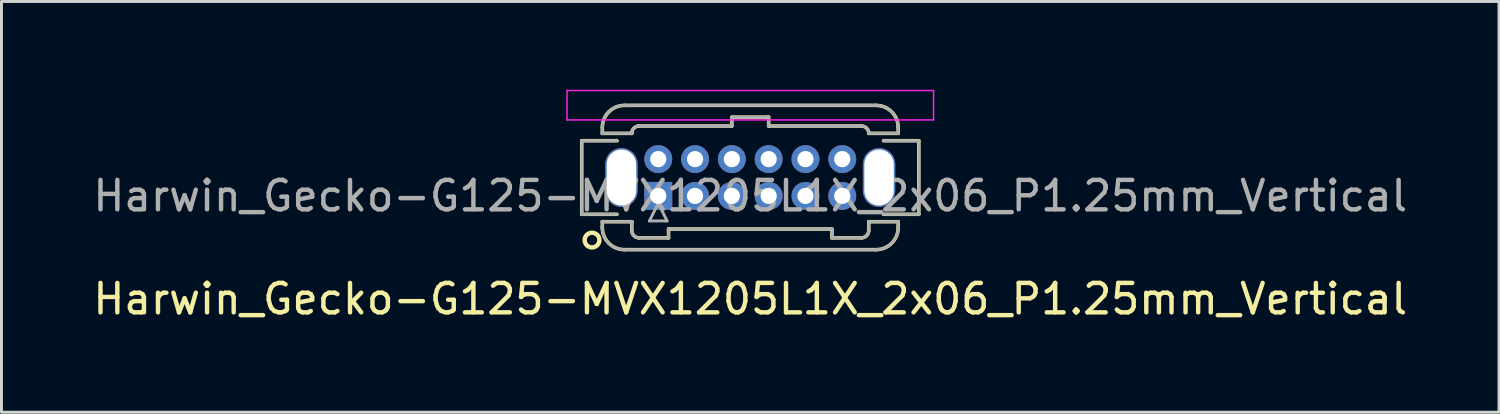
<source format=kicad_pcb>
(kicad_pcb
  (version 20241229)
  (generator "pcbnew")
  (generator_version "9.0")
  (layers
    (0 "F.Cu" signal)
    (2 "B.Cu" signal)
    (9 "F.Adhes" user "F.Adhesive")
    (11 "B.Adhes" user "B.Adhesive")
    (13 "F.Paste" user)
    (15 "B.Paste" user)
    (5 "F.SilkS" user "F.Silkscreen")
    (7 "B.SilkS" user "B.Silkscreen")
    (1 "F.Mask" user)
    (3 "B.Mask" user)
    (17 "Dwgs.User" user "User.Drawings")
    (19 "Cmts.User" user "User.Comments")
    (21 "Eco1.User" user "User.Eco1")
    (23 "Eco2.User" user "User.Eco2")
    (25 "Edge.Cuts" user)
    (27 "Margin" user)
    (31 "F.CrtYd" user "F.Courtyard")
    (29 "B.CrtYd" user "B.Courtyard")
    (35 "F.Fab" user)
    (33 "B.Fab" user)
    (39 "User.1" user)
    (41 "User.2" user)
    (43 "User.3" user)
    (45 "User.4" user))
  (footprint "Harwin_Gecko-G125-MVX1205L1X_2x06_P1.25mm_Vertical"
    (layer "F.Cu")
    (at 19.31 3.605)
    (property "Reference" "Harwin_Gecko-G125-MVX1205L1X_2x06_P1.25mm_Vertical" (at 3.125 3.5 0) (layer "F.SilkS") (effects (font (size 1 1) (thickness 0.15))))
    (attr through_hole)
    (fp_line (start -2.6 -1.875) (end -2.6 0.625) (stroke (width 0.12) (type solid)) (layer "F.SilkS"))
    (fp_line (start -2.6 0.625) (end -1.4 0.625) (stroke (width 0.12) (type solid)) (layer "F.SilkS"))
    (fp_line (start -1.9 -2.325) (end -1.9 -2.125) (stroke (width 0.12) (type solid)) (layer "F.SilkS"))
    (fp_line (start -1.9 -2.125) (end -0.9 -2.125) (stroke (width 0.12) (type solid)) (layer "F.SilkS"))
    (fp_line (start -1.9 0.875) (end -0.9 0.875) (stroke (width 0.12) (type solid)) (layer "F.SilkS"))
    (fp_line (start -1.9 1.075) (end -1.9 0.875) (stroke (width 0.12) (type solid)) (layer "F.SilkS"))
    (fp_line (start -1.4 -1.875) (end -2.6 -1.875) (stroke (width 0.12) (type solid)) (layer "F.SilkS"))
    (fp_line (start -1.15 -3.075) (end 7.4 -3.075) (stroke (width 0.12) (type solid)) (layer "F.SilkS"))
    (fp_line (start -1.15 1.825) (end 7.4 1.825) (stroke (width 0.12) (type solid)) (layer "F.SilkS"))
    (fp_line (start -0.9 -2.125) (end -0.9 -2.125) (stroke (width 0.12) (type solid)) (layer "F.SilkS"))
    (fp_line (start -0.9 0.875) (end -0.9 0.875) (stroke (width 0.12) (type solid)) (layer "F.SilkS"))
    (fp_line (start -0.9 1.175) (end -0.9 0.875) (stroke (width 0.12) (type solid)) (layer "F.SilkS"))
    (fp_line (start -0.65 -2.375) (end 2.5 -2.375) (stroke (width 0.12) (type solid)) (layer "F.SilkS"))
    (fp_line (start -0.65 1.425) (end 0.35 1.425) (stroke (width 0.12) (type solid)) (layer "F.SilkS"))
    (fp_line (start 0.35 1.125) (end 5.9 1.125) (stroke (width 0.12) (type solid)) (layer "F.SilkS"))
    (fp_line (start 0.35 1.425) (end 0.35 1.125) (stroke (width 0.12) (type solid)) (layer "F.SilkS"))
    (fp_line (start 2.5 -2.675) (end 3.75 -2.675) (stroke (width 0.12) (type solid)) (layer "F.SilkS"))
    (fp_line (start 2.5 -2.375) (end 2.5 -2.675) (stroke (width 0.12) (type solid)) (layer "F.SilkS"))
    (fp_line (start 3.75 -2.675) (end 3.75 -2.375) (stroke (width 0.12) (type solid)) (layer "F.SilkS"))
    (fp_line (start 3.75 -2.375) (end 6.9 -2.375) (stroke (width 0.12) (type solid)) (layer "F.SilkS"))
    (fp_line (start 5.9 1.125) (end 5.9 1.425) (stroke (width 0.12) (type solid)) (layer "F.SilkS"))
    (fp_line (start 5.9 1.425) (end 6.9 1.425) (stroke (width 0.12) (type solid)) (layer "F.SilkS"))
    (fp_line (start 7.15 -2.125) (end 7.15 -2.125) (stroke (width 0.12) (type solid)) (layer "F.SilkS"))
    (fp_line (start 7.15 0.875) (end 7.15 0.875) (stroke (width 0.12) (type solid)) (layer "F.SilkS"))
    (fp_line (start 7.15 1.175) (end 7.15 0.875) (stroke (width 0.12) (type solid)) (layer "F.SilkS"))
    (fp_line (start 7.65 -1.875) (end 8.85 -1.875) (stroke (width 0.12) (type solid)) (layer "F.SilkS"))
    (fp_line (start 8.15 -2.325) (end 8.15 -2.125) (stroke (width 0.12) (type solid)) (layer "F.SilkS"))
    (fp_line (start 8.15 -2.125) (end 7.15 -2.125) (stroke (width 0.12) (type solid)) (layer "F.SilkS"))
    (fp_line (start 8.15 0.875) (end 7.15 0.875) (stroke (width 0.12) (type solid)) (layer "F.SilkS"))
    (fp_line (start 8.15 1.075) (end 8.15 0.875) (stroke (width 0.12) (type solid)) (layer "F.SilkS"))
    (fp_line (start 8.85 -1.875) (end 8.85 0.625) (stroke (width 0.12) (type solid)) (layer "F.SilkS"))
    (fp_line (start 8.85 0.625) (end 7.65 0.625) (stroke (width 0.12) (type solid)) (layer "F.SilkS"))
    (fp_arc (start -1.9 -2.325) (mid -1.68033 -2.85533) (end -1.15 -3.075) (stroke (width 0.12) (type solid)) (layer "F.SilkS"))
    (fp_arc (start -1.15 1.825) (mid -1.68033 1.60533) (end -1.9 1.075) (stroke (width 0.12) (type solid)) (layer "F.SilkS"))
    (fp_arc (start -0.9 -2.125) (mid -0.826777 -2.301777) (end -0.65 -2.375) (stroke (width 0.12) (type solid)) (layer "F.SilkS"))
    (fp_arc (start -0.65 1.425) (mid -0.826777 1.351777) (end -0.9 1.175) (stroke (width 0.12) (type solid)) (layer "F.SilkS"))
    (fp_arc (start 6.9 -2.375) (mid 7.076777 -2.301777) (end 7.15 -2.125) (stroke (width 0.12) (type solid)) (layer "F.SilkS"))
    (fp_arc (start 7.15 1.175) (mid 7.076777 1.351777) (end 6.9 1.425) (stroke (width 0.12) (type solid)) (layer "F.SilkS"))
    (fp_arc (start 7.4 -3.075) (mid 7.93033 -2.85533) (end 8.15 -2.325) (stroke (width 0.12) (type solid)) (layer "F.SilkS"))
    (fp_arc (start 8.15 1.075) (mid 7.93033 1.60533) (end 7.4 1.825) (stroke (width 0.12) (type solid)) (layer "F.SilkS"))
    (fp_circle (center -2.25 1.5) (end -2 1.5) (stroke (width 0.15) (type solid)) (fill no) (layer "F.SilkS"))
    (fp_line (start -3.1 -3.58) (end -3.1 -2.58) (stroke (width 0.05) (type solid)) (layer "F.CrtYd"))
    (fp_line (start -3.1 -2.58) (end 9.35 -2.58) (stroke (width 0.05) (type solid)) (layer "F.CrtYd"))
    (fp_line (start 9.35 -3.58) (end -3.1 -3.58) (stroke (width 0.05) (type solid)) (layer "F.CrtYd"))
    (fp_line (start 9.35 -2.58) (end 9.35 -3.58) (stroke (width 0.05) (type solid)) (layer "F.CrtYd"))
    (fp_line (start -2.6 -1.875) (end -2.6 0.625) (stroke (width 0.1) (type solid)) (layer "F.Fab"))
    (fp_line (start -2.6 0.625) (end -1.4 0.625) (stroke (width 0.1) (type solid)) (layer "F.Fab"))
    (fp_line (start -1.9 -2.325) (end -1.9 -2.125) (stroke (width 0.1) (type solid)) (layer "F.Fab"))
    (fp_line (start -1.9 -2.125) (end -0.9 -2.125) (stroke (width 0.1) (type solid)) (layer "F.Fab"))
    (fp_line (start -1.9 0.875) (end -0.9 0.875) (stroke (width 0.1) (type solid)) (layer "F.Fab"))
    (fp_line (start -1.9 1.075) (end -1.9 0.875) (stroke (width 0.1) (type solid)) (layer "F.Fab"))
    (fp_line (start -1.4 -1.875) (end -2.6 -1.875) (stroke (width 0.1) (type solid)) (layer "F.Fab"))
    (fp_line (start -1.15 -3.075) (end 7.4 -3.075) (stroke (width 0.1) (type solid)) (layer "F.Fab"))
    (fp_line (start -1.15 1.825) (end 7.4 1.825) (stroke (width 0.1) (type solid)) (layer "F.Fab"))
    (fp_line (start -0.9 -2.125) (end -0.9 -2.125) (stroke (width 0.1) (type solid)) (layer "F.Fab"))
    (fp_line (start -0.9 0.875) (end -0.9 0.875) (stroke (width 0.1) (type solid)) (layer "F.Fab"))
    (fp_line (start -0.9 1.175) (end -0.9 0.875) (stroke (width 0.1) (type solid)) (layer "F.Fab"))
    (fp_line (start -0.65 -2.375) (end 2.5 -2.375) (stroke (width 0.1) (type solid)) (layer "F.Fab"))
    (fp_line (start -0.65 1.425) (end 0.35 1.425) (stroke (width 0.1) (type solid)) (layer "F.Fab"))
    (fp_line (start -0.3 0.85) (end 0.3 0.85) (stroke (width 0.1) (type solid)) (layer "F.Fab"))
    (fp_line (start 0 0.25) (end -0.3 0.85) (stroke (width 0.1) (type solid)) (layer "F.Fab"))
    (fp_line (start 0.3 0.85) (end 0 0.25) (stroke (width 0.1) (type solid)) (layer "F.Fab"))
    (fp_line (start 0.35 1.125) (end 5.9 1.125) (stroke (width 0.1) (type solid)) (layer "F.Fab"))
    (fp_line (start 0.35 1.425) (end 0.35 1.125) (stroke (width 0.1) (type solid)) (layer "F.Fab"))
    (fp_line (start 2.5 -2.675) (end 3.75 -2.675) (stroke (width 0.1) (type solid)) (layer "F.Fab"))
    (fp_line (start 2.5 -2.375) (end 2.5 -2.675) (stroke (width 0.1) (type solid)) (layer "F.Fab"))
    (fp_line (start 3.75 -2.675) (end 3.75 -2.375) (stroke (width 0.1) (type solid)) (layer "F.Fab"))
    (fp_line (start 3.75 -2.375) (end 6.9 -2.375) (stroke (width 0.1) (type solid)) (layer "F.Fab"))
    (fp_line (start 5.9 1.125) (end 5.9 1.425) (stroke (width 0.1) (type solid)) (layer "F.Fab"))
    (fp_line (start 5.9 1.425) (end 6.9 1.425) (stroke (width 0.1) (type solid)) (layer "F.Fab"))
    (fp_line (start 7.15 -2.125) (end 7.15 -2.125) (stroke (width 0.1) (type solid)) (layer "F.Fab"))
    (fp_line (start 7.15 0.875) (end 7.15 0.875) (stroke (width 0.1) (type solid)) (layer "F.Fab"))
    (fp_line (start 7.15 1.175) (end 7.15 0.875) (stroke (width 0.1) (type solid)) (layer "F.Fab"))
    (fp_line (start 7.65 -1.875) (end 8.85 -1.875) (stroke (width 0.1) (type solid)) (layer "F.Fab"))
    (fp_line (start 8.15 -2.325) (end 8.15 -2.125) (stroke (width 0.1) (type solid)) (layer "F.Fab"))
    (fp_line (start 8.15 -2.125) (end 7.15 -2.125) (stroke (width 0.1) (type solid)) (layer "F.Fab"))
    (fp_line (start 8.15 0.875) (end 7.15 0.875) (stroke (width 0.1) (type solid)) (layer "F.Fab"))
    (fp_line (start 8.15 1.075) (end 8.15 0.875) (stroke (width 0.1) (type solid)) (layer "F.Fab"))
    (fp_line (start 8.85 -1.875) (end 8.85 0.625) (stroke (width 0.1) (type solid)) (layer "F.Fab"))
    (fp_line (start 8.85 0.625) (end 7.65 0.625) (stroke (width 0.1) (type solid)) (layer "F.Fab"))
    (fp_arc (start -1.9 -2.325) (mid -1.68033 -2.85533) (end -1.15 -3.075) (stroke (width 0.1) (type solid)) (layer "F.Fab"))
    (fp_arc (start -1.15 1.825) (mid -1.68033 1.60533) (end -1.9 1.075) (stroke (width 0.1) (type solid)) (layer "F.Fab"))
    (fp_arc (start -0.9 -2.125) (mid -0.826777 -2.301777) (end -0.65 -2.375) (stroke (width 0.1) (type solid)) (layer "F.Fab"))
    (fp_arc (start -0.65 1.425) (mid -0.826777 1.351777) (end -0.9 1.175) (stroke (width 0.1) (type solid)) (layer "F.Fab"))
    (fp_arc (start 6.9 -2.375) (mid 7.076777 -2.301777) (end 7.15 -2.125) (stroke (width 0.1) (type solid)) (layer "F.Fab"))
    (fp_arc (start 7.15 1.175) (mid 7.076777 1.351777) (end 6.9 1.425) (stroke (width 0.1) (type solid)) (layer "F.Fab"))
    (fp_arc (start 7.4 -3.075) (mid 7.93033 -2.85533) (end 8.15 -2.325) (stroke (width 0.1) (type solid)) (layer "F.Fab"))
    (fp_arc (start 8.15 1.075) (mid 7.93033 1.60533) (end 7.4 1.825) (stroke (width 0.1) (type solid)) (layer "F.Fab"))
    (fp_text user "${REFERENCE}" (at 3.125 0 0) (layer "F.Fab") (effects (font (size 1 1) (thickness 0.15))))
    (pad "" np_thru_hole oval (at -1.25 -0.625) (size 1.1 2) (drill oval 1 1.9) (layers "*.Cu" "*.Mask"))
    (pad "" np_thru_hole oval (at 7.5 -0.625) (size 1.1 2) (drill oval 1 1.9) (layers "*.Cu" "*.Mask"))
    (pad "1" thru_hole rect (at 0 0) (size 0.95 0.95) (drill 0.55) (layers "*.Cu" "*.Mask"))
    (pad "2" thru_hole circle (at 0 -1.25) (size 0.95 0.95) (drill 0.55) (layers "*.Cu" "*.Mask"))
    (pad "3" thru_hole circle (at 1.25 0) (size 0.95 0.95) (drill 0.55) (layers "*.Cu" "*.Mask"))
    (pad "4" thru_hole circle (at 1.25 -1.25) (size 0.95 0.95) (drill 0.55) (layers "*.Cu" "*.Mask"))
    (pad "5" thru_hole circle (at 2.5 0) (size 0.95 0.95) (drill 0.55) (layers "*.Cu" "*.Mask"))
    (pad "6" thru_hole circle (at 2.5 -1.25) (size 0.95 0.95) (drill 0.55) (layers "*.Cu" "*.Mask"))
    (pad "7" thru_hole circle (at 3.75 0) (size 0.95 0.95) (drill 0.55) (layers "*.Cu" "*.Mask"))
    (pad "8" thru_hole circle (at 3.75 -1.25) (size 0.95 0.95) (drill 0.55) (layers "*.Cu" "*.Mask"))
    (pad "9" thru_hole circle (at 5 0) (size 0.95 0.95) (drill 0.55) (layers "*.Cu" "*.Mask"))
    (pad "10" thru_hole circle (at 5 -1.25) (size 0.95 0.95) (drill 0.55) (layers "*.Cu" "*.Mask"))
    (pad "11" thru_hole circle (at 6.25 0) (size 0.95 0.95) (drill 0.55) (layers "*.Cu" "*.Mask"))
    (pad "12" thru_hole circle (at 6.25 -1.25) (size 0.95 0.95) (drill 0.55) (layers "*.Cu" "*.Mask")))
  (gr_rect
    (start -3 -3)
    (end 47.869 10.953)
    (stroke (width 0.1) (type default))
    (fill no)
    (layer "Edge.Cuts")))
</source>
